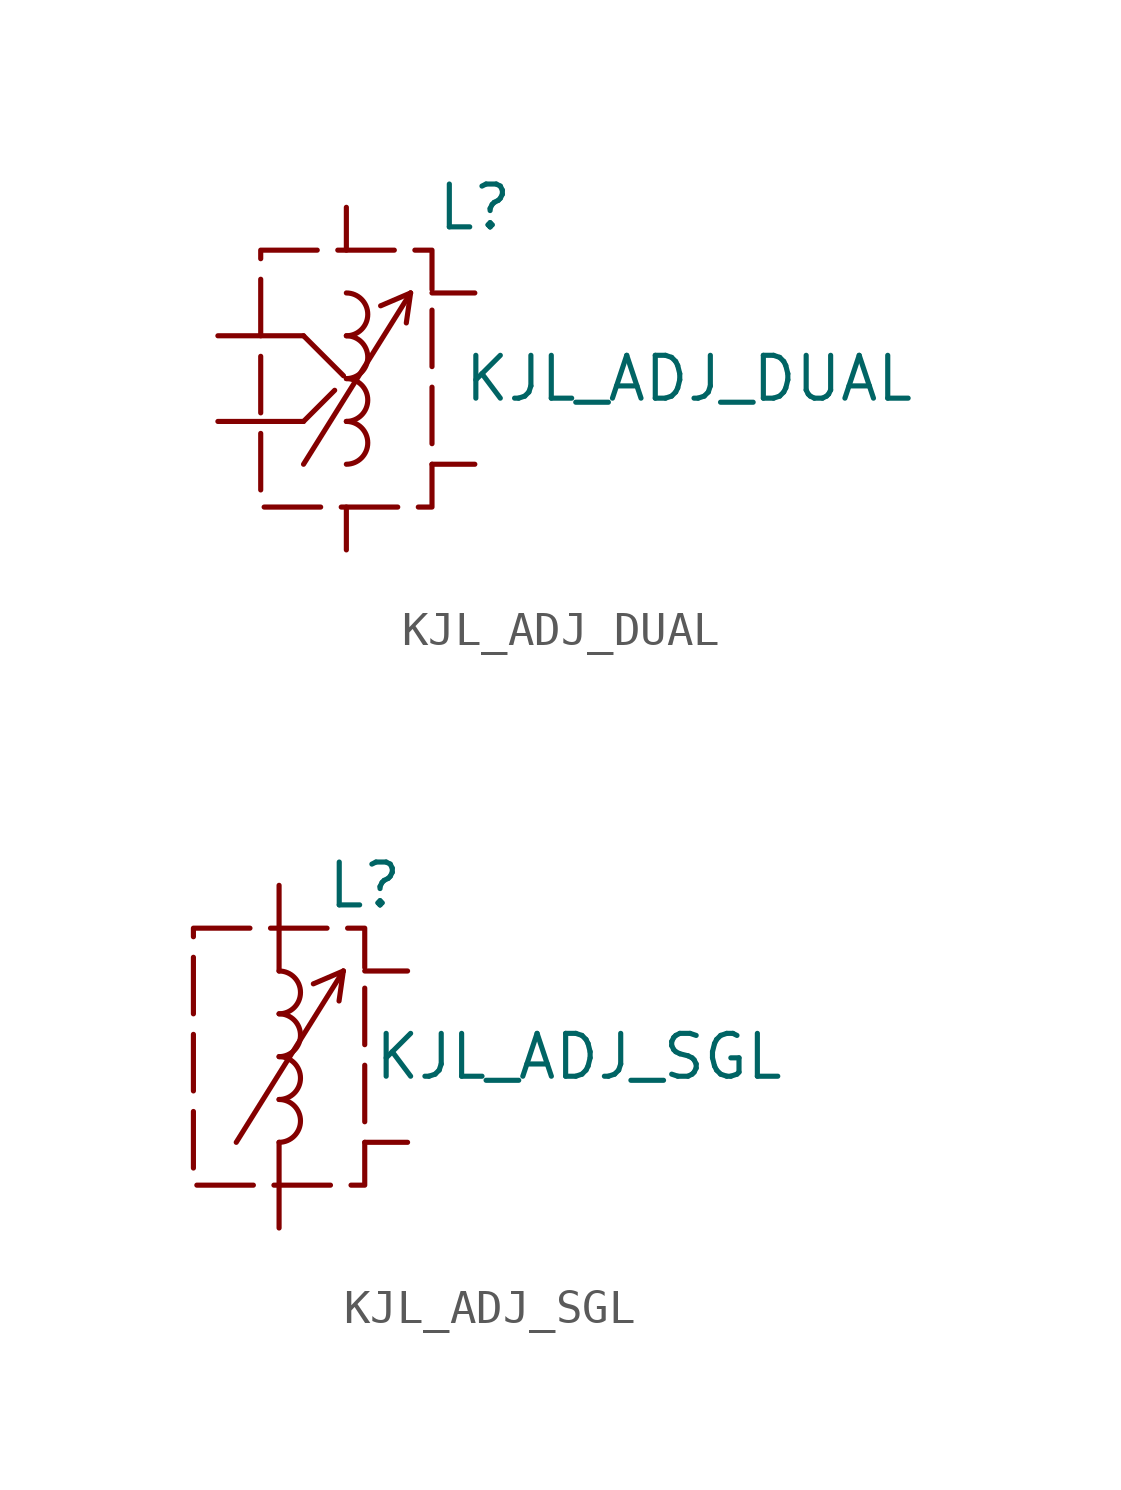
<source format=kicad_sym>
(kicad_symbol_lib
  (version 20220914)
  (generator kicad_symbol_editor)
  (symbol "KJL_ADJ_DUAL"
    (pin_numbers hide)
    (pin_names
      (offset 1.016) hide)
    (property "Reference" "L"
      (at 3.81 5.08 0)
      (effects (font (size 1.27 1.27))))
    (property "Value" "KJL_ADJ_DUAL"
      (at 10.16 0 0)
      (effects (font (size 1.27 1.27))))
    (symbol "KJL_ADJ_DUAL_0_1"
      (arc (start 0 -2.54) (mid 0.6323 -1.905) (end 0 -1.27) (stroke (width 0) (type default)) (fill (type none)))
      (arc (start 0 -1.27) (mid 0.6323 -0.635) (end 0 0) (stroke (width 0) (type default)) (fill (type none)))
      (polyline (pts (xy -1.27 -2.54) (xy 1.905 2.54)) (stroke (width 0) (type default)) (fill (type none)))
      (polyline (pts (xy 1.905 2.54) (xy 1.016 2.159)) (stroke (width 0) (type default)) (fill (type none)))
      (polyline (pts (xy 1.905 2.54) (xy 1.778 1.651)) (stroke (width 0) (type default)) (fill (type none)))
      (arc (start 0 0) (mid 0.6323 0.635) (end 0 1.27) (stroke (width 0) (type default)) (fill (type none)))
      (arc (start 0 1.27) (mid 0.6323 1.905) (end 0 2.54) (stroke (width 0) (type default)) (fill (type none))))
    (symbol "KJL_ADJ_DUAL_1_1"
      (rectangle (start -2.54 3.81) (end 2.54 -3.81) (stroke (width 0) (type dash)) (fill (type none)))
      (polyline (pts (xy -1.27 1.27) (xy 0 0) (xy -1.27 -1.27)) (stroke (width 0) (type default)) (fill (type none)))
      (pin passive line (at 0 -5.08 90) (length 1.27) (name "1" (effects (font (size 1.27 1.27)))) (number "1" (effects (font (size 1.27 1.27)))))
      (pin passive line (at -3.81 -1.27 0) (length 2.54) (name "2" (effects (font (size 1.27 1.27)))) (number "2" (effects (font (size 1.27 1.27)))))
      (pin passive line (at -3.81 1.27 0) (length 2.54) (name "4" (effects (font (size 1.27 1.27)))) (number "4" (effects (font (size 1.27 1.27)))))
      (pin passive line (at 0 5.08 270) (length 1.27) (name "5" (effects (font (size 1.27 1.27)))) (number "5" (effects (font (size 1.27 1.27)))))
      (pin passive line (at 3.81 -2.54 180) (length 1.27) (name "6" (effects (font (size 1.27 1.27)))) (number "6" (effects (font (size 1.27 1.27)))))
      (pin passive line (at 3.81 2.54 180) (length 1.27) (name "6" (effects (font (size 1.27 1.27)))) (number "6" (effects (font (size 1.27 1.27)))))))
  (symbol "KJL_ADJ_SGL"
    (pin_numbers hide)
    (pin_names hide)
    (property "Reference" "L"
      (at 2.54 5.08 0)
      (effects (font (size 1.27 1.27))))
    (property "Value" "KJL_ADJ_SGL"
      (at 8.89 0 0)
      (effects (font (size 1.27 1.27))))
    (symbol "KJL_ADJ_SGL_0_1"
      (arc (start 0 -2.54) (mid 0.6323 -1.905) (end 0 -1.27) (stroke (width 0) (type default)) (fill (type none)))
      (arc (start 0 -1.27) (mid 0.6323 -0.635) (end 0 0) (stroke (width 0) (type default)) (fill (type none)))
      (polyline (pts (xy -1.27 -2.54) (xy 1.905 2.54)) (stroke (width 0) (type default)) (fill (type none)))
      (polyline (pts (xy 1.905 2.54) (xy 1.016 2.159)) (stroke (width 0) (type default)) (fill (type none)))
      (polyline (pts (xy 1.905 2.54) (xy 1.778 1.651)) (stroke (width 0) (type default)) (fill (type none)))
      (arc (start 0 0) (mid 0.6323 0.635) (end 0 1.27) (stroke (width 0) (type default)) (fill (type none)))
      (arc (start 0 1.27) (mid 0.6323 1.905) (end 0 2.54) (stroke (width 0) (type default)) (fill (type none))))
    (symbol "KJL_ADJ_SGL_1_1"
      (rectangle (start -2.54 3.81) (end 2.54 -3.81) (stroke (width 0) (type dash)) (fill (type none)))
      (pin passive line (at 0 5.08 270) (length 2.54) (name "1" (effects (font (size 1.27 1.27)))) (number "1" (effects (font (size 1.27 1.27)))))
      (pin passive line (at 0 -5.08 90) (length 2.54) (name "4" (effects (font (size 1.27 1.27)))) (number "4" (effects (font (size 1.27 1.27)))))
      (pin passive line (at 3.81 -2.54 180) (length 1.27) (name "6" (effects (font (size 1.27 1.27)))) (number "6" (effects (font (size 1.27 1.27)))))
      (pin passive line (at 3.81 2.54 180) (length 1.27) (name "6" (effects (font (size 1.27 1.27)))) (number "6" (effects (font (size 1.27 1.27))))))))
</source>
